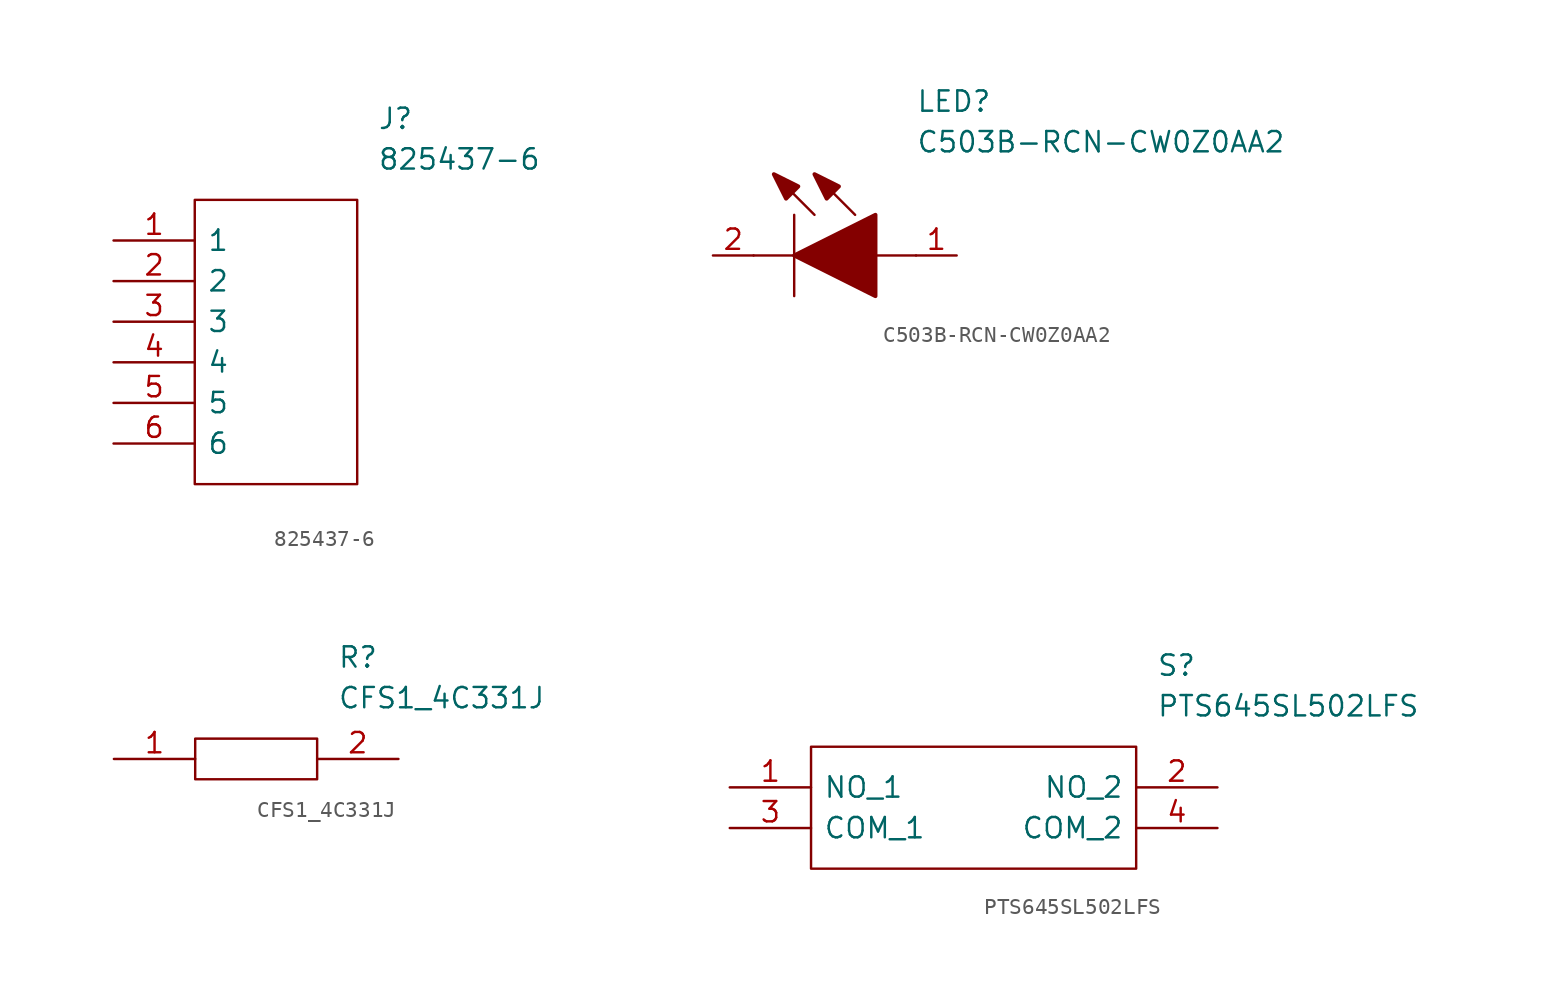
<source format=kicad_sym>
(kicad_symbol_lib
  (version 20211014)
  (generator kicad_symbol_editor)
  (symbol "825437-6"
    (pin_names
      (offset 0.762))
    (property "Reference" "J"
      (at 16.51 7.62 0)
      (effects (font (size 1.27 1.27)) (justify left)))
    (property "Value" "825437-6"
      (at 16.51 5.08 0)
      (effects (font (size 1.27 1.27)) (justify left)))
    (symbol "825437-6_0_0"
      (pin passive line (at 0 0 0) (length 5.08) (name "1" (effects (font (size 1.27 1.27)))) (number "1" (effects (font (size 1.27 1.27)))))
      (pin passive line (at 0 -2.54 0) (length 5.08) (name "2" (effects (font (size 1.27 1.27)))) (number "2" (effects (font (size 1.27 1.27)))))
      (pin passive line (at 0 -5.08 0) (length 5.08) (name "3" (effects (font (size 1.27 1.27)))) (number "3" (effects (font (size 1.27 1.27)))))
      (pin passive line (at 0 -7.62 0) (length 5.08) (name "4" (effects (font (size 1.27 1.27)))) (number "4" (effects (font (size 1.27 1.27)))))
      (pin passive line (at 0 -10.16 0) (length 5.08) (name "5" (effects (font (size 1.27 1.27)))) (number "5" (effects (font (size 1.27 1.27)))))
      (pin passive line (at 0 -12.7 0) (length 5.08) (name "6" (effects (font (size 1.27 1.27)))) (number "6" (effects (font (size 1.27 1.27))))))
    (symbol "825437-6_0_1"
      (polyline (pts (xy 5.08 2.54) (xy 15.24 2.54) (xy 15.24 -15.24) (xy 5.08 -15.24) (xy 5.08 2.54)) (stroke (width 0.152) (type default) (color 0 0 0 0)) (fill (type none)))))
  (symbol "C503B-RCN-CW0Z0AA2"
    (pin_names
      (offset 0.762))
    (property "Reference" "LED"
      (at 12.7 8.89 0)
      (effects (font (size 1.27 1.27)) (justify left bottom)))
    (property "Value" "C503B-RCN-CW0Z0AA2"
      (at 12.7 6.35 0)
      (effects (font (size 1.27 1.27)) (justify left bottom)))
    (symbol "C503B-RCN-CW0Z0AA2_0_0"
      (pin passive line (at 15.24 0 180) (length 2.54) (name "~" (effects (font (size 1.27 1.27)))) (number "1" (effects (font (size 1.27 1.27)))))
      (pin passive line (at 0 0 0) (length 2.54) (name "~" (effects (font (size 1.27 1.27)))) (number "2" (effects (font (size 1.27 1.27))))))
    (symbol "C503B-RCN-CW0Z0AA2_0_1"
      (polyline (pts (xy 2.54 0) (xy 5.08 0)) (stroke (width 0.152) (type default) (color 0 0 0 0)) (fill (type none)))
      (polyline (pts (xy 5.08 2.54) (xy 5.08 -2.54)) (stroke (width 0.152) (type default) (color 0 0 0 0)) (fill (type none)))
      (polyline (pts (xy 6.35 2.54) (xy 3.81 5.08)) (stroke (width 0.152) (type default) (color 0 0 0 0)) (fill (type none)))
      (polyline (pts (xy 8.89 2.54) (xy 6.35 5.08)) (stroke (width 0.152) (type default) (color 0 0 0 0)) (fill (type none)))
      (polyline (pts (xy 10.16 0) (xy 12.7 0)) (stroke (width 0.152) (type default) (color 0 0 0 0)) (fill (type none)))
      (polyline (pts (xy 5.08 0) (xy 10.16 2.54) (xy 10.16 -2.54) (xy 5.08 0)) (stroke (width 0.254) (type default) (color 0 0 0 0)) (fill (type outline)))
      (polyline (pts (xy 5.334 4.318) (xy 4.572 3.556) (xy 3.81 5.08) (xy 5.334 4.318)) (stroke (width 0.254) (type default) (color 0 0 0 0)) (fill (type outline)))
      (polyline (pts (xy 7.874 4.318) (xy 7.112 3.556) (xy 6.35 5.08) (xy 7.874 4.318)) (stroke (width 0.254) (type default) (color 0 0 0 0)) (fill (type outline)))))
  (symbol "CFS1_4C331J"
    (pin_names
      (offset 0.762))
    (property "Reference" "R"
      (at 13.97 6.35 0)
      (effects (font (size 1.27 1.27)) (justify left)))
    (property "Value" "CFS1_4C331J"
      (at 13.97 3.81 0)
      (effects (font (size 1.27 1.27)) (justify left)))
    (symbol "CFS1_4C331J_0_0"
      (pin passive line (at 0 0 0) (length 5.08) (name "~" (effects (font (size 1.27 1.27)))) (number "1" (effects (font (size 1.27 1.27)))))
      (pin passive line (at 17.78 0 180) (length 5.08) (name "~" (effects (font (size 1.27 1.27)))) (number "2" (effects (font (size 1.27 1.27))))))
    (symbol "CFS1_4C331J_0_1"
      (polyline (pts (xy 5.08 1.27) (xy 12.7 1.27) (xy 12.7 -1.27) (xy 5.08 -1.27) (xy 5.08 1.27)) (stroke (width 0.152) (type default) (color 0 0 0 0)) (fill (type none)))))
  (symbol "PTS645SL502LFS"
    (pin_names
      (offset 0.762))
    (property "Reference" "S"
      (at 26.67 7.62 0)
      (effects (font (size 1.27 1.27)) (justify left)))
    (property "Value" "PTS645SL502LFS"
      (at 26.67 5.08 0)
      (effects (font (size 1.27 1.27)) (justify left)))
    (symbol "PTS645SL502LFS_0_0"
      (pin passive line (at 0 0 0) (length 5.08) (name "NO_1" (effects (font (size 1.27 1.27)))) (number "1" (effects (font (size 1.27 1.27)))))
      (pin passive line (at 30.48 0 180) (length 5.08) (name "NO_2" (effects (font (size 1.27 1.27)))) (number "2" (effects (font (size 1.27 1.27)))))
      (pin passive line (at 0 -2.54 0) (length 5.08) (name "COM_1" (effects (font (size 1.27 1.27)))) (number "3" (effects (font (size 1.27 1.27)))))
      (pin passive line (at 30.48 -2.54 180) (length 5.08) (name "COM_2" (effects (font (size 1.27 1.27)))) (number "4" (effects (font (size 1.27 1.27))))))
    (symbol "PTS645SL502LFS_0_1"
      (polyline (pts (xy 5.08 2.54) (xy 25.4 2.54) (xy 25.4 -5.08) (xy 5.08 -5.08) (xy 5.08 2.54)) (stroke (width 0.152) (type default) (color 0 0 0 0)) (fill (type none))))))
</source>
